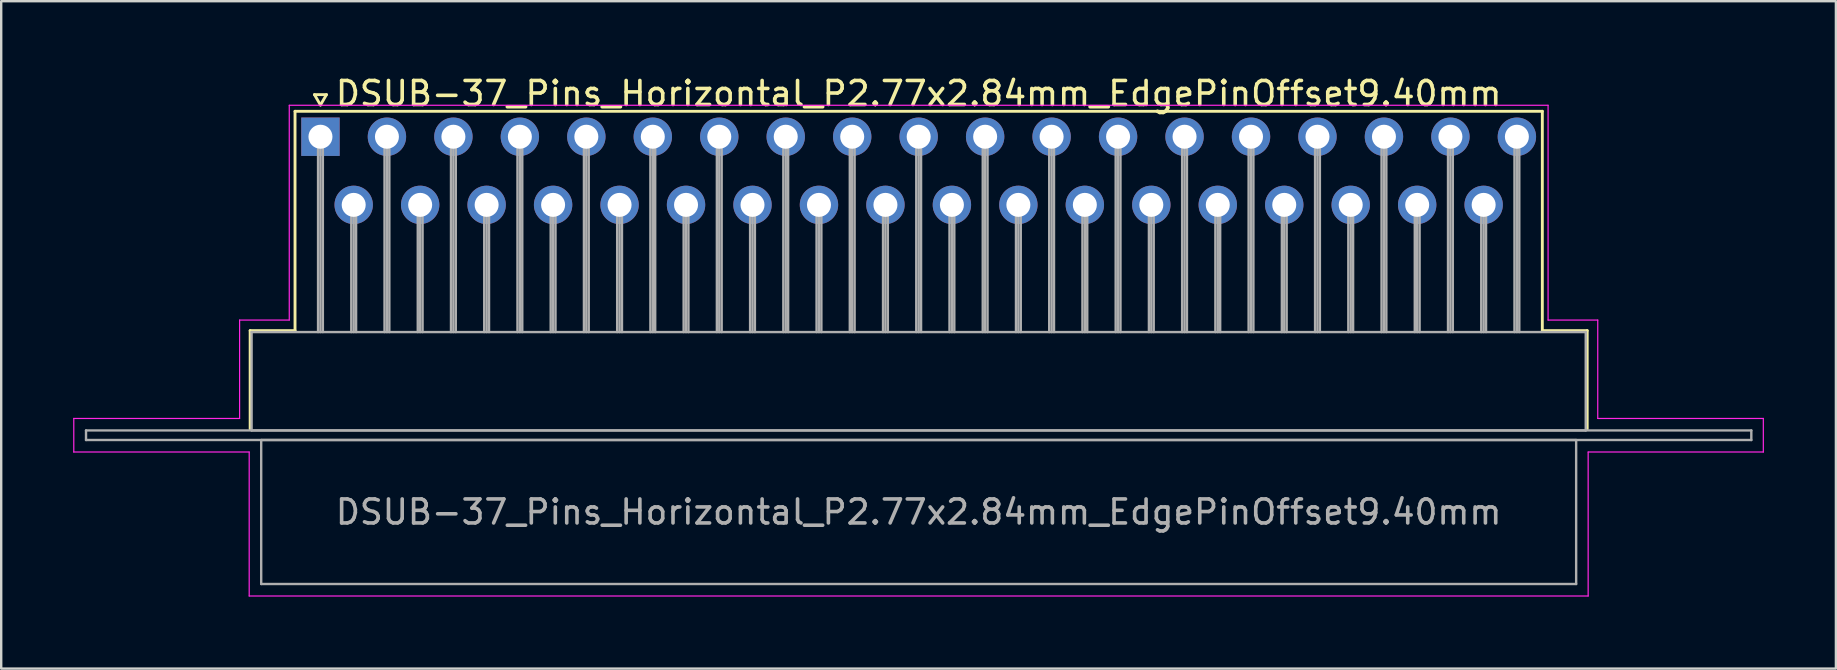
<source format=kicad_pcb>
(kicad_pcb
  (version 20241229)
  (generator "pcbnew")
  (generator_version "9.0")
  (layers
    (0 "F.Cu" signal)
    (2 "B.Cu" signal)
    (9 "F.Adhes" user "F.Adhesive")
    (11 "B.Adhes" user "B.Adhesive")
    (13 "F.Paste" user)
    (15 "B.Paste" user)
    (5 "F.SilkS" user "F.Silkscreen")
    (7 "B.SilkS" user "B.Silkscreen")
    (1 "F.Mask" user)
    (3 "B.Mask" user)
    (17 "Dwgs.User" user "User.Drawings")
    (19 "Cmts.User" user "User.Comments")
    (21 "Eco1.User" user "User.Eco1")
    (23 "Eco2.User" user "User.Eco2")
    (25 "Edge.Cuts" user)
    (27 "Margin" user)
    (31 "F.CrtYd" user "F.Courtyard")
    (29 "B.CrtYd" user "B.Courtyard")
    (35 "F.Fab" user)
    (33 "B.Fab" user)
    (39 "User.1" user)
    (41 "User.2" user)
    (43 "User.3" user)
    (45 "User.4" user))
  (footprint "DSUB-37_Pins_Horizontal_P2.77x2.84mm_EdgePinOffset9.40mm"
    (layer "F.Cu")
    (at 10.305 2.648)
    (property "Reference" "DSUB-37_Pins_Horizontal_P2.77x2.84mm_EdgePinOffset9.40mm" (at 24.93 -1.8 0) (layer "F.SilkS") (effects (font (size 1 1) (thickness 0.15))))
    (attr through_hole)
    (fp_line (start -2.93 8.08) (end -1.06 8.08) (stroke (width 0.12) (type solid)) (layer "F.SilkS"))
    (fp_line (start -2.93 12.18) (end -2.93 8.08) (stroke (width 0.12) (type solid)) (layer "F.SilkS"))
    (fp_line (start -1.06 -1.06) (end 50.92 -1.06) (stroke (width 0.12) (type solid)) (layer "F.SilkS"))
    (fp_line (start -1.06 8.08) (end -1.06 -1.06) (stroke (width 0.12) (type solid)) (layer "F.SilkS"))
    (fp_line (start -0.25 -1.754) (end 0.25 -1.754) (stroke (width 0.12) (type solid)) (layer "F.SilkS"))
    (fp_line (start 0 -1.321) (end -0.25 -1.754) (stroke (width 0.12) (type solid)) (layer "F.SilkS"))
    (fp_line (start 0.25 -1.754) (end 0 -1.321) (stroke (width 0.12) (type solid)) (layer "F.SilkS"))
    (fp_line (start 50.92 -1.06) (end 50.92 8.08) (stroke (width 0.12) (type solid)) (layer "F.SilkS"))
    (fp_line (start 50.92 8.08) (end 52.79 8.08) (stroke (width 0.12) (type solid)) (layer "F.SilkS"))
    (fp_line (start 52.79 8.08) (end 52.79 12.18) (stroke (width 0.12) (type solid)) (layer "F.SilkS"))
    (fp_line (start -10.28 11.74) (end -3.37 11.74) (stroke (width 0.05) (type solid)) (layer "F.CrtYd"))
    (fp_line (start -10.28 13.14) (end -10.28 11.74) (stroke (width 0.05) (type solid)) (layer "F.CrtYd"))
    (fp_line (start -3.37 7.64) (end -1.3 7.64) (stroke (width 0.05) (type solid)) (layer "F.CrtYd"))
    (fp_line (start -3.37 11.74) (end -3.37 7.64) (stroke (width 0.05) (type solid)) (layer "F.CrtYd"))
    (fp_line (start -2.97 13.14) (end -10.28 13.14) (stroke (width 0.05) (type solid)) (layer "F.CrtYd"))
    (fp_line (start -2.97 19.14) (end -2.97 13.14) (stroke (width 0.05) (type solid)) (layer "F.CrtYd"))
    (fp_line (start -1.3 -1.31) (end 51.16 -1.31) (stroke (width 0.05) (type solid)) (layer "F.CrtYd"))
    (fp_line (start -1.3 7.64) (end -1.3 -1.31) (stroke (width 0.05) (type solid)) (layer "F.CrtYd"))
    (fp_line (start 51.16 -1.31) (end 51.16 7.64) (stroke (width 0.05) (type solid)) (layer "F.CrtYd"))
    (fp_line (start 51.16 7.64) (end 53.23 7.64) (stroke (width 0.05) (type solid)) (layer "F.CrtYd"))
    (fp_line (start 52.83 13.14) (end 52.83 19.14) (stroke (width 0.05) (type solid)) (layer "F.CrtYd"))
    (fp_line (start 52.83 19.14) (end -2.97 19.14) (stroke (width 0.05) (type solid)) (layer "F.CrtYd"))
    (fp_line (start 53.23 7.64) (end 53.23 11.74) (stroke (width 0.05) (type solid)) (layer "F.CrtYd"))
    (fp_line (start 53.23 11.74) (end 60.13 11.74) (stroke (width 0.05) (type solid)) (layer "F.CrtYd"))
    (fp_line (start 60.13 11.74) (end 60.13 13.14) (stroke (width 0.05) (type solid)) (layer "F.CrtYd"))
    (fp_line (start 60.13 13.14) (end 52.83 13.14) (stroke (width 0.05) (type solid)) (layer "F.CrtYd"))
    (fp_line (start -9.77 12.24) (end -9.77 12.64) (stroke (width 0.1) (type solid)) (layer "F.Fab"))
    (fp_line (start -9.77 12.64) (end 59.63 12.64) (stroke (width 0.1) (type solid)) (layer "F.Fab"))
    (fp_line (start -2.87 8.14) (end -2.87 12.24) (stroke (width 0.1) (type solid)) (layer "F.Fab"))
    (fp_line (start -2.87 12.24) (end 52.73 12.24) (stroke (width 0.1) (type solid)) (layer "F.Fab"))
    (fp_line (start -2.47 12.64) (end -2.47 18.64) (stroke (width 0.1) (type solid)) (layer "F.Fab"))
    (fp_line (start -2.47 18.64) (end 52.33 18.64) (stroke (width 0.1) (type solid)) (layer "F.Fab"))
    (fp_line (start -0.1 0) (end -0.1 8.14) (stroke (width 0.1) (type solid)) (layer "F.Fab"))
    (fp_line (start 0 0) (end 0 8.14) (stroke (width 0.1) (type solid)) (layer "F.Fab"))
    (fp_line (start 0.1 0) (end 0.1 8.14) (stroke (width 0.1) (type solid)) (layer "F.Fab"))
    (fp_line (start 1.285 2.84) (end 1.285 8.14) (stroke (width 0.1) (type solid)) (layer "F.Fab"))
    (fp_line (start 1.385 2.84) (end 1.385 8.14) (stroke (width 0.1) (type solid)) (layer "F.Fab"))
    (fp_line (start 1.485 2.84) (end 1.485 8.14) (stroke (width 0.1) (type solid)) (layer "F.Fab"))
    (fp_line (start 2.67 0) (end 2.67 8.14) (stroke (width 0.1) (type solid)) (layer "F.Fab"))
    (fp_line (start 2.77 0) (end 2.77 8.14) (stroke (width 0.1) (type solid)) (layer "F.Fab"))
    (fp_line (start 2.87 0) (end 2.87 8.14) (stroke (width 0.1) (type solid)) (layer "F.Fab"))
    (fp_line (start 4.055 2.84) (end 4.055 8.14) (stroke (width 0.1) (type solid)) (layer "F.Fab"))
    (fp_line (start 4.155 2.84) (end 4.155 8.14) (stroke (width 0.1) (type solid)) (layer "F.Fab"))
    (fp_line (start 4.255 2.84) (end 4.255 8.14) (stroke (width 0.1) (type solid)) (layer "F.Fab"))
    (fp_line (start 5.44 0) (end 5.44 8.14) (stroke (width 0.1) (type solid)) (layer "F.Fab"))
    (fp_line (start 5.54 0) (end 5.54 8.14) (stroke (width 0.1) (type solid)) (layer "F.Fab"))
    (fp_line (start 5.64 0) (end 5.64 8.14) (stroke (width 0.1) (type solid)) (layer "F.Fab"))
    (fp_line (start 6.825 2.84) (end 6.825 8.14) (stroke (width 0.1) (type solid)) (layer "F.Fab"))
    (fp_line (start 6.925 2.84) (end 6.925 8.14) (stroke (width 0.1) (type solid)) (layer "F.Fab"))
    (fp_line (start 7.025 2.84) (end 7.025 8.14) (stroke (width 0.1) (type solid)) (layer "F.Fab"))
    (fp_line (start 8.21 0) (end 8.21 8.14) (stroke (width 0.1) (type solid)) (layer "F.Fab"))
    (fp_line (start 8.31 0) (end 8.31 8.14) (stroke (width 0.1) (type solid)) (layer "F.Fab"))
    (fp_line (start 8.41 0) (end 8.41 8.14) (stroke (width 0.1) (type solid)) (layer "F.Fab"))
    (fp_line (start 9.595 2.84) (end 9.595 8.14) (stroke (width 0.1) (type solid)) (layer "F.Fab"))
    (fp_line (start 9.695 2.84) (end 9.695 8.14) (stroke (width 0.1) (type solid)) (layer "F.Fab"))
    (fp_line (start 9.795 2.84) (end 9.795 8.14) (stroke (width 0.1) (type solid)) (layer "F.Fab"))
    (fp_line (start 10.98 0) (end 10.98 8.14) (stroke (width 0.1) (type solid)) (layer "F.Fab"))
    (fp_line (start 11.08 0) (end 11.08 8.14) (stroke (width 0.1) (type solid)) (layer "F.Fab"))
    (fp_line (start 11.18 0) (end 11.18 8.14) (stroke (width 0.1) (type solid)) (layer "F.Fab"))
    (fp_line (start 12.365 2.84) (end 12.365 8.14) (stroke (width 0.1) (type solid)) (layer "F.Fab"))
    (fp_line (start 12.465 2.84) (end 12.465 8.14) (stroke (width 0.1) (type solid)) (layer "F.Fab"))
    (fp_line (start 12.565 2.84) (end 12.565 8.14) (stroke (width 0.1) (type solid)) (layer "F.Fab"))
    (fp_line (start 13.75 0) (end 13.75 8.14) (stroke (width 0.1) (type solid)) (layer "F.Fab"))
    (fp_line (start 13.85 0) (end 13.85 8.14) (stroke (width 0.1) (type solid)) (layer "F.Fab"))
    (fp_line (start 13.95 0) (end 13.95 8.14) (stroke (width 0.1) (type solid)) (layer "F.Fab"))
    (fp_line (start 15.135 2.84) (end 15.135 8.14) (stroke (width 0.1) (type solid)) (layer "F.Fab"))
    (fp_line (start 15.235 2.84) (end 15.235 8.14) (stroke (width 0.1) (type solid)) (layer "F.Fab"))
    (fp_line (start 15.335 2.84) (end 15.335 8.14) (stroke (width 0.1) (type solid)) (layer "F.Fab"))
    (fp_line (start 16.52 0) (end 16.52 8.14) (stroke (width 0.1) (type solid)) (layer "F.Fab"))
    (fp_line (start 16.62 0) (end 16.62 8.14) (stroke (width 0.1) (type solid)) (layer "F.Fab"))
    (fp_line (start 16.72 0) (end 16.72 8.14) (stroke (width 0.1) (type solid)) (layer "F.Fab"))
    (fp_line (start 17.905 2.84) (end 17.905 8.14) (stroke (width 0.1) (type solid)) (layer "F.Fab"))
    (fp_line (start 18.005 2.84) (end 18.005 8.14) (stroke (width 0.1) (type solid)) (layer "F.Fab"))
    (fp_line (start 18.105 2.84) (end 18.105 8.14) (stroke (width 0.1) (type solid)) (layer "F.Fab"))
    (fp_line (start 19.29 0) (end 19.29 8.14) (stroke (width 0.1) (type solid)) (layer "F.Fab"))
    (fp_line (start 19.39 0) (end 19.39 8.14) (stroke (width 0.1) (type solid)) (layer "F.Fab"))
    (fp_line (start 19.49 0) (end 19.49 8.14) (stroke (width 0.1) (type solid)) (layer "F.Fab"))
    (fp_line (start 20.675 2.84) (end 20.675 8.14) (stroke (width 0.1) (type solid)) (layer "F.Fab"))
    (fp_line (start 20.775 2.84) (end 20.775 8.14) (stroke (width 0.1) (type solid)) (layer "F.Fab"))
    (fp_line (start 20.875 2.84) (end 20.875 8.14) (stroke (width 0.1) (type solid)) (layer "F.Fab"))
    (fp_line (start 22.06 0) (end 22.06 8.14) (stroke (width 0.1) (type solid)) (layer "F.Fab"))
    (fp_line (start 22.16 0) (end 22.16 8.14) (stroke (width 0.1) (type solid)) (layer "F.Fab"))
    (fp_line (start 22.26 0) (end 22.26 8.14) (stroke (width 0.1) (type solid)) (layer "F.Fab"))
    (fp_line (start 23.445 2.84) (end 23.445 8.14) (stroke (width 0.1) (type solid)) (layer "F.Fab"))
    (fp_line (start 23.545 2.84) (end 23.545 8.14) (stroke (width 0.1) (type solid)) (layer "F.Fab"))
    (fp_line (start 23.645 2.84) (end 23.645 8.14) (stroke (width 0.1) (type solid)) (layer "F.Fab"))
    (fp_line (start 24.83 0) (end 24.83 8.14) (stroke (width 0.1) (type solid)) (layer "F.Fab"))
    (fp_line (start 24.93 0) (end 24.93 8.14) (stroke (width 0.1) (type solid)) (layer "F.Fab"))
    (fp_line (start 25.03 0) (end 25.03 8.14) (stroke (width 0.1) (type solid)) (layer "F.Fab"))
    (fp_line (start 26.215 2.84) (end 26.215 8.14) (stroke (width 0.1) (type solid)) (layer "F.Fab"))
    (fp_line (start 26.315 2.84) (end 26.315 8.14) (stroke (width 0.1) (type solid)) (layer "F.Fab"))
    (fp_line (start 26.415 2.84) (end 26.415 8.14) (stroke (width 0.1) (type solid)) (layer "F.Fab"))
    (fp_line (start 27.6 0) (end 27.6 8.14) (stroke (width 0.1) (type solid)) (layer "F.Fab"))
    (fp_line (start 27.7 0) (end 27.7 8.14) (stroke (width 0.1) (type solid)) (layer "F.Fab"))
    (fp_line (start 27.8 0) (end 27.8 8.14) (stroke (width 0.1) (type solid)) (layer "F.Fab"))
    (fp_line (start 28.985 2.84) (end 28.985 8.14) (stroke (width 0.1) (type solid)) (layer "F.Fab"))
    (fp_line (start 29.085 2.84) (end 29.085 8.14) (stroke (width 0.1) (type solid)) (layer "F.Fab"))
    (fp_line (start 29.185 2.84) (end 29.185 8.14) (stroke (width 0.1) (type solid)) (layer "F.Fab"))
    (fp_line (start 30.37 0) (end 30.37 8.14) (stroke (width 0.1) (type solid)) (layer "F.Fab"))
    (fp_line (start 30.47 0) (end 30.47 8.14) (stroke (width 0.1) (type solid)) (layer "F.Fab"))
    (fp_line (start 30.57 0) (end 30.57 8.14) (stroke (width 0.1) (type solid)) (layer "F.Fab"))
    (fp_line (start 31.755 2.84) (end 31.755 8.14) (stroke (width 0.1) (type solid)) (layer "F.Fab"))
    (fp_line (start 31.855 2.84) (end 31.855 8.14) (stroke (width 0.1) (type solid)) (layer "F.Fab"))
    (fp_line (start 31.955 2.84) (end 31.955 8.14) (stroke (width 0.1) (type solid)) (layer "F.Fab"))
    (fp_line (start 33.14 0) (end 33.14 8.14) (stroke (width 0.1) (type solid)) (layer "F.Fab"))
    (fp_line (start 33.24 0) (end 33.24 8.14) (stroke (width 0.1) (type solid)) (layer "F.Fab"))
    (fp_line (start 33.34 0) (end 33.34 8.14) (stroke (width 0.1) (type solid)) (layer "F.Fab"))
    (fp_line (start 34.525 2.84) (end 34.525 8.14) (stroke (width 0.1) (type solid)) (layer "F.Fab"))
    (fp_line (start 34.625 2.84) (end 34.625 8.14) (stroke (width 0.1) (type solid)) (layer "F.Fab"))
    (fp_line (start 34.725 2.84) (end 34.725 8.14) (stroke (width 0.1) (type solid)) (layer "F.Fab"))
    (fp_line (start 35.91 0) (end 35.91 8.14) (stroke (width 0.1) (type solid)) (layer "F.Fab"))
    (fp_line (start 36.01 0) (end 36.01 8.14) (stroke (width 0.1) (type solid)) (layer "F.Fab"))
    (fp_line (start 36.11 0) (end 36.11 8.14) (stroke (width 0.1) (type solid)) (layer "F.Fab"))
    (fp_line (start 37.295 2.84) (end 37.295 8.14) (stroke (width 0.1) (type solid)) (layer "F.Fab"))
    (fp_line (start 37.395 2.84) (end 37.395 8.14) (stroke (width 0.1) (type solid)) (layer "F.Fab"))
    (fp_line (start 37.495 2.84) (end 37.495 8.14) (stroke (width 0.1) (type solid)) (layer "F.Fab"))
    (fp_line (start 38.68 0) (end 38.68 8.14) (stroke (width 0.1) (type solid)) (layer "F.Fab"))
    (fp_line (start 38.78 0) (end 38.78 8.14) (stroke (width 0.1) (type solid)) (layer "F.Fab"))
    (fp_line (start 38.88 0) (end 38.88 8.14) (stroke (width 0.1) (type solid)) (layer "F.Fab"))
    (fp_line (start 40.065 2.84) (end 40.065 8.14) (stroke (width 0.1) (type solid)) (layer "F.Fab"))
    (fp_line (start 40.165 2.84) (end 40.165 8.14) (stroke (width 0.1) (type solid)) (layer "F.Fab"))
    (fp_line (start 40.265 2.84) (end 40.265 8.14) (stroke (width 0.1) (type solid)) (layer "F.Fab"))
    (fp_line (start 41.45 0) (end 41.45 8.14) (stroke (width 0.1) (type solid)) (layer "F.Fab"))
    (fp_line (start 41.55 0) (end 41.55 8.14) (stroke (width 0.1) (type solid)) (layer "F.Fab"))
    (fp_line (start 41.65 0) (end 41.65 8.14) (stroke (width 0.1) (type solid)) (layer "F.Fab"))
    (fp_line (start 42.835 2.84) (end 42.835 8.14) (stroke (width 0.1) (type solid)) (layer "F.Fab"))
    (fp_line (start 42.935 2.84) (end 42.935 8.14) (stroke (width 0.1) (type solid)) (layer "F.Fab"))
    (fp_line (start 43.035 2.84) (end 43.035 8.14) (stroke (width 0.1) (type solid)) (layer "F.Fab"))
    (fp_line (start 44.22 0) (end 44.22 8.14) (stroke (width 0.1) (type solid)) (layer "F.Fab"))
    (fp_line (start 44.32 0) (end 44.32 8.14) (stroke (width 0.1) (type solid)) (layer "F.Fab"))
    (fp_line (start 44.42 0) (end 44.42 8.14) (stroke (width 0.1) (type solid)) (layer "F.Fab"))
    (fp_line (start 45.605 2.84) (end 45.605 8.14) (stroke (width 0.1) (type solid)) (layer "F.Fab"))
    (fp_line (start 45.705 2.84) (end 45.705 8.14) (stroke (width 0.1) (type solid)) (layer "F.Fab"))
    (fp_line (start 45.805 2.84) (end 45.805 8.14) (stroke (width 0.1) (type solid)) (layer "F.Fab"))
    (fp_line (start 46.99 0) (end 46.99 8.14) (stroke (width 0.1) (type solid)) (layer "F.Fab"))
    (fp_line (start 47.09 0) (end 47.09 8.14) (stroke (width 0.1) (type solid)) (layer "F.Fab"))
    (fp_line (start 47.19 0) (end 47.19 8.14) (stroke (width 0.1) (type solid)) (layer "F.Fab"))
    (fp_line (start 48.375 2.84) (end 48.375 8.14) (stroke (width 0.1) (type solid)) (layer "F.Fab"))
    (fp_line (start 48.475 2.84) (end 48.475 8.14) (stroke (width 0.1) (type solid)) (layer "F.Fab"))
    (fp_line (start 48.575 2.84) (end 48.575 8.14) (stroke (width 0.1) (type solid)) (layer "F.Fab"))
    (fp_line (start 49.76 0) (end 49.76 8.14) (stroke (width 0.1) (type solid)) (layer "F.Fab"))
    (fp_line (start 49.86 0) (end 49.86 8.14) (stroke (width 0.1) (type solid)) (layer "F.Fab"))
    (fp_line (start 49.96 0) (end 49.96 8.14) (stroke (width 0.1) (type solid)) (layer "F.Fab"))
    (fp_line (start 52.33 12.64) (end -2.47 12.64) (stroke (width 0.1) (type solid)) (layer "F.Fab"))
    (fp_line (start 52.33 18.64) (end 52.33 12.64) (stroke (width 0.1) (type solid)) (layer "F.Fab"))
    (fp_line (start 52.73 8.14) (end -2.87 8.14) (stroke (width 0.1) (type solid)) (layer "F.Fab"))
    (fp_line (start 52.73 12.24) (end 52.73 8.14) (stroke (width 0.1) (type solid)) (layer "F.Fab"))
    (fp_line (start 59.63 12.24) (end -9.77 12.24) (stroke (width 0.1) (type solid)) (layer "F.Fab"))
    (fp_line (start 59.63 12.64) (end 59.63 12.24) (stroke (width 0.1) (type solid)) (layer "F.Fab"))
    (fp_text user "${REFERENCE}" (at 24.93 15.64 0) (layer "F.Fab") (effects (font (size 1 1) (thickness 0.15))))
    (pad "1" thru_hole rect (at 0 0) (size 1.6 1.6) (drill 1) (layers "*.Cu" "*.Mask"))
    (pad "2" thru_hole circle (at 2.77 0) (size 1.6 1.6) (drill 1) (layers "*.Cu" "*.Mask"))
    (pad "3" thru_hole circle (at 5.54 0) (size 1.6 1.6) (drill 1) (layers "*.Cu" "*.Mask"))
    (pad "4" thru_hole circle (at 8.31 0) (size 1.6 1.6) (drill 1) (layers "*.Cu" "*.Mask"))
    (pad "5" thru_hole circle (at 11.08 0) (size 1.6 1.6) (drill 1) (layers "*.Cu" "*.Mask"))
    (pad "6" thru_hole circle (at 13.85 0) (size 1.6 1.6) (drill 1) (layers "*.Cu" "*.Mask"))
    (pad "7" thru_hole circle (at 16.62 0) (size 1.6 1.6) (drill 1) (layers "*.Cu" "*.Mask"))
    (pad "8" thru_hole circle (at 19.39 0) (size 1.6 1.6) (drill 1) (layers "*.Cu" "*.Mask"))
    (pad "9" thru_hole circle (at 22.16 0) (size 1.6 1.6) (drill 1) (layers "*.Cu" "*.Mask"))
    (pad "10" thru_hole circle (at 24.93 0) (size 1.6 1.6) (drill 1) (layers "*.Cu" "*.Mask"))
    (pad "11" thru_hole circle (at 27.7 0) (size 1.6 1.6) (drill 1) (layers "*.Cu" "*.Mask"))
    (pad "12" thru_hole circle (at 30.47 0) (size 1.6 1.6) (drill 1) (layers "*.Cu" "*.Mask"))
    (pad "13" thru_hole circle (at 33.24 0) (size 1.6 1.6) (drill 1) (layers "*.Cu" "*.Mask"))
    (pad "14" thru_hole circle (at 36.01 0) (size 1.6 1.6) (drill 1) (layers "*.Cu" "*.Mask"))
    (pad "15" thru_hole circle (at 38.78 0) (size 1.6 1.6) (drill 1) (layers "*.Cu" "*.Mask"))
    (pad "16" thru_hole circle (at 41.55 0) (size 1.6 1.6) (drill 1) (layers "*.Cu" "*.Mask"))
    (pad "17" thru_hole circle (at 44.32 0) (size 1.6 1.6) (drill 1) (layers "*.Cu" "*.Mask"))
    (pad "18" thru_hole circle (at 47.09 0) (size 1.6 1.6) (drill 1) (layers "*.Cu" "*.Mask"))
    (pad "19" thru_hole circle (at 49.86 0) (size 1.6 1.6) (drill 1) (layers "*.Cu" "*.Mask"))
    (pad "20" thru_hole circle (at 1.385 2.84) (size 1.6 1.6) (drill 1) (layers "*.Cu" "*.Mask"))
    (pad "21" thru_hole circle (at 4.155 2.84) (size 1.6 1.6) (drill 1) (layers "*.Cu" "*.Mask"))
    (pad "22" thru_hole circle (at 6.925 2.84) (size 1.6 1.6) (drill 1) (layers "*.Cu" "*.Mask"))
    (pad "23" thru_hole circle (at 9.695 2.84) (size 1.6 1.6) (drill 1) (layers "*.Cu" "*.Mask"))
    (pad "24" thru_hole circle (at 12.465 2.84) (size 1.6 1.6) (drill 1) (layers "*.Cu" "*.Mask"))
    (pad "25" thru_hole circle (at 15.235 2.84) (size 1.6 1.6) (drill 1) (layers "*.Cu" "*.Mask"))
    (pad "26" thru_hole circle (at 18.005 2.84) (size 1.6 1.6) (drill 1) (layers "*.Cu" "*.Mask"))
    (pad "27" thru_hole circle (at 20.775 2.84) (size 1.6 1.6) (drill 1) (layers "*.Cu" "*.Mask"))
    (pad "28" thru_hole circle (at 23.545 2.84) (size 1.6 1.6) (drill 1) (layers "*.Cu" "*.Mask"))
    (pad "29" thru_hole circle (at 26.315 2.84) (size 1.6 1.6) (drill 1) (layers "*.Cu" "*.Mask"))
    (pad "30" thru_hole circle (at 29.085 2.84) (size 1.6 1.6) (drill 1) (layers "*.Cu" "*.Mask"))
    (pad "31" thru_hole circle (at 31.855 2.84) (size 1.6 1.6) (drill 1) (layers "*.Cu" "*.Mask"))
    (pad "32" thru_hole circle (at 34.625 2.84) (size 1.6 1.6) (drill 1) (layers "*.Cu" "*.Mask"))
    (pad "33" thru_hole circle (at 37.395 2.84) (size 1.6 1.6) (drill 1) (layers "*.Cu" "*.Mask"))
    (pad "34" thru_hole circle (at 40.165 2.84) (size 1.6 1.6) (drill 1) (layers "*.Cu" "*.Mask"))
    (pad "35" thru_hole circle (at 42.935 2.84) (size 1.6 1.6) (drill 1) (layers "*.Cu" "*.Mask"))
    (pad "36" thru_hole circle (at 45.705 2.84) (size 1.6 1.6) (drill 1) (layers "*.Cu" "*.Mask"))
    (pad "37" thru_hole circle (at 48.475 2.84) (size 1.6 1.6) (drill 1) (layers "*.Cu" "*.Mask")))
  (gr_rect
    (start -3 -3)
    (end 73.46 24.813)
    (stroke (width 0.1) (type default))
    (fill no)
    (layer "Edge.Cuts")))
</source>
